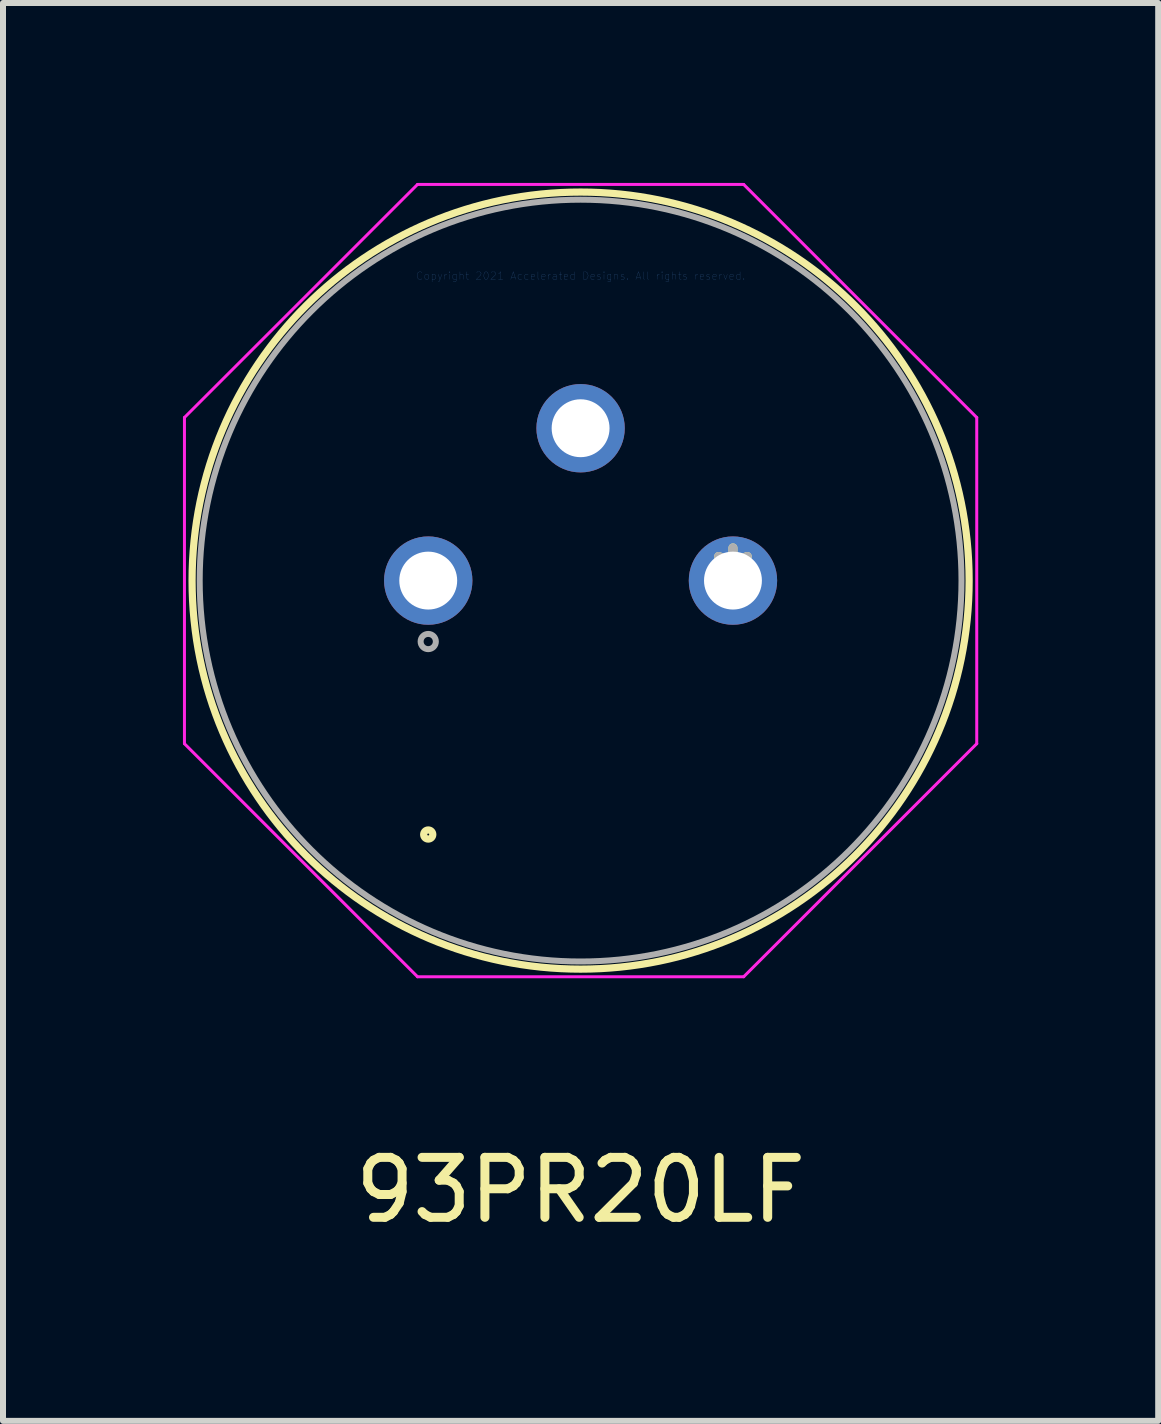
<source format=kicad_pcb>
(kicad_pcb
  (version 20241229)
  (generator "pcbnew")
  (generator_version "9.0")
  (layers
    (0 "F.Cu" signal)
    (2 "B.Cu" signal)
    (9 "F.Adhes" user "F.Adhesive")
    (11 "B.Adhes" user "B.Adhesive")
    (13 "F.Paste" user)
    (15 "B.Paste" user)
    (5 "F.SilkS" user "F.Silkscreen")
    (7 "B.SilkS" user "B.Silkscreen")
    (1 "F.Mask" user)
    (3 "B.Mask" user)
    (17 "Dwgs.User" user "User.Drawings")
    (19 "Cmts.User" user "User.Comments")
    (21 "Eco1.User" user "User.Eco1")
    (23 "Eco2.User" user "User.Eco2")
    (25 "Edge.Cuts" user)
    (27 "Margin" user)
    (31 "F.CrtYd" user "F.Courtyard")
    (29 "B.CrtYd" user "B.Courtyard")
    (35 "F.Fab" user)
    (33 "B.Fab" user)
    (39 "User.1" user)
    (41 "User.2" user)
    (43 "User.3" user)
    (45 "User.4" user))
  (footprint "93PR20LF"
    (layer "F.Cu")
    (at 9.169 6.629)
    (property "Reference" "93PR20LF" (at -2.54 10.16 0) (layer "F.SilkS") (effects (font (size 1 1) (thickness 0.15))))
    (attr through_hole)
    (fp_circle (center -5.08 4.233) (end -5.004 4.233) (stroke (width 0.12) (type solid)) (fill no) (layer "F.SilkS"))
    (fp_circle (center -2.54 0) (end 3.937 0) (stroke (width 0.12) (type solid)) (fill no) (layer "F.SilkS"))
    (fp_line (start -9.144 -2.719) (end -5.259 -6.604) (stroke (width 0.05) (type solid)) (layer "F.CrtYd"))
    (fp_line (start -9.144 2.719) (end -9.144 -2.719) (stroke (width 0.05) (type solid)) (layer "F.CrtYd"))
    (fp_line (start -5.259 -6.604) (end 0.179 -6.604) (stroke (width 0.05) (type solid)) (layer "F.CrtYd"))
    (fp_line (start -5.259 6.604) (end -9.144 2.719) (stroke (width 0.05) (type solid)) (layer "F.CrtYd"))
    (fp_line (start 0.179 -6.604) (end 4.064 -2.719) (stroke (width 0.05) (type solid)) (layer "F.CrtYd"))
    (fp_line (start 0.179 6.604) (end -5.259 6.604) (stroke (width 0.05) (type solid)) (layer "F.CrtYd"))
    (fp_line (start 4.064 -2.719) (end 4.064 2.719) (stroke (width 0.05) (type solid)) (layer "F.CrtYd"))
    (fp_line (start 4.064 2.719) (end 0.179 6.604) (stroke (width 0.05) (type solid)) (layer "F.CrtYd"))
    (fp_circle (center -5.08 1.016) (end -4.953 1.016) (stroke (width 0.1) (type solid)) (fill no) (layer "F.Fab"))
    (fp_circle (center -2.54 0) (end 3.81 0) (stroke (width 0.1) (type solid)) (fill no) (layer "F.Fab"))
    (fp_text user "*" (at 0 0 0) (layer "F.SilkS") (effects (font (size 1 1) (thickness 0.15))))
    (fp_text user "Copyright 2021 Accelerated Designs. All rights reserved." (at -2.54 -5.08 0) (layer "Cmts.User") (effects (font (size 0.127 0.127) (thickness 0.002))))
    (fp_text user "*" (at 0 0 0) (layer "F.Fab") (effects (font (size 1 1) (thickness 0.15))))
    (pad "1" thru_hole circle (at 0 0) (size 1.473 1.473) (drill 0.965) (layers "*.Cu" "*.Mask"))
    (pad "2" thru_hole circle (at -2.54 -2.54) (size 1.473 1.473) (drill 0.965) (layers "*.Cu" "*.Mask"))
    (pad "3" thru_hole circle (at -5.08 0) (size 1.473 1.473) (drill 0.965) (layers "*.Cu" "*.Mask")))
  (gr_rect
    (start -3 -3)
    (end 16.258 20.637)
    (stroke (width 0.1) (type default))
    (fill no)
    (layer "Edge.Cuts")))
</source>
